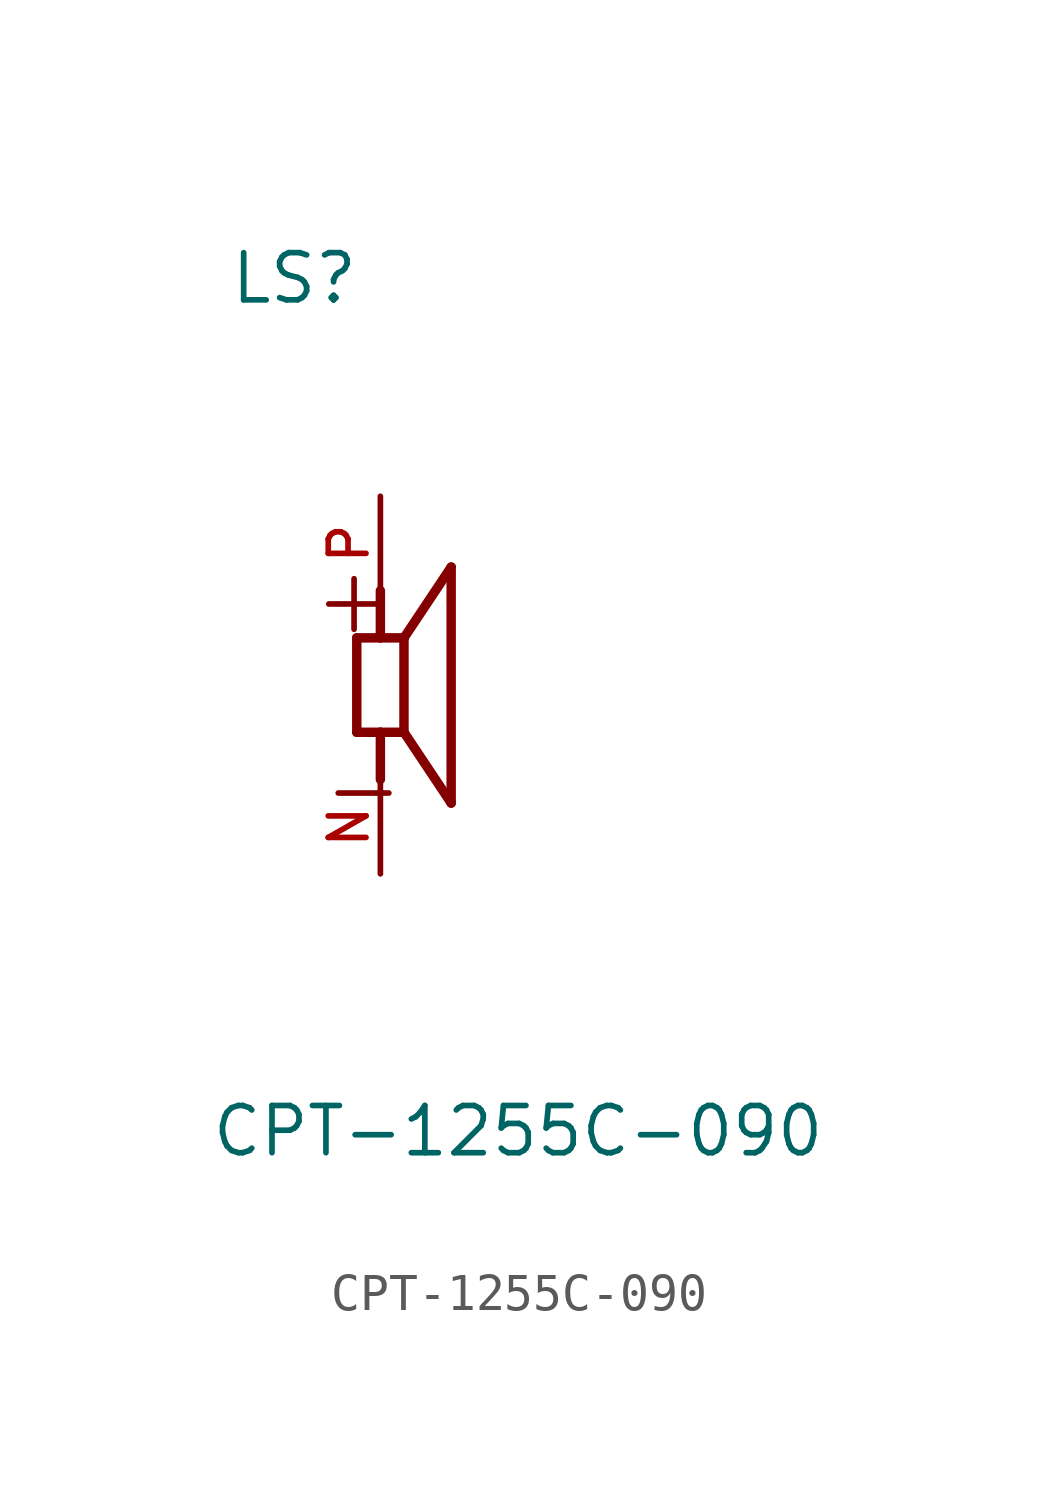
<source format=kicad_sym>
(kicad_symbol_lib
  (version 20211014)
  (generator kicad_symbol_editor)
  (symbol "CPT-1255C-090"
    (pin_names
      (offset 1.016))
    (property "Reference" "LS"
      (at -4.081 10.202 0)
      (effects (font (size 1.27 1.27)) (justify bottom left)))
    (property "Value" "CPT-1255C-090"
      (at -4.589 -12.746 0)
      (effects (font (size 1.27 1.27)) (justify bottom left)))
    (symbol "CPT-1255C-090_0_0"
      (polyline (pts (xy -0.635 1.27) (xy 0.0 1.27)) (stroke (width 0.254)))
      (polyline (pts (xy 0.0 1.27) (xy 0.635 1.27)) (stroke (width 0.254)))
      (polyline (pts (xy 0.635 1.27) (xy 0.635 -1.27)) (stroke (width 0.254)))
      (polyline (pts (xy 0.635 -1.27) (xy 0.0 -1.27)) (stroke (width 0.254)))
      (polyline (pts (xy 0.0 -1.27) (xy -0.635 -1.27)) (stroke (width 0.254)))
      (polyline (pts (xy -0.635 -1.27) (xy -0.635 1.27)) (stroke (width 0.254)))
      (polyline (pts (xy 0.635 1.27) (xy 1.905 3.175)) (stroke (width 0.254)))
      (polyline (pts (xy 1.905 3.175) (xy 1.905 -3.175)) (stroke (width 0.254)))
      (polyline (pts (xy 1.905 -3.175) (xy 0.635 -1.27)) (stroke (width 0.254)))
      (polyline (pts (xy 0.0 1.27) (xy 0.0 2.54)) (stroke (width 0.254)))
      (polyline (pts (xy 0.0 -1.27) (xy 0.0 -2.54)) (stroke (width 0.254)))
      (text "+" (at -1.913 1.275 0) (effects (font (size 1.785 1.785)) (justify bottom left)))
      (text "-" (at -1.659 -3.812 0) (effects (font (size 1.786 1.786)) (justify bottom left)))
      (pin passive line (at 0.0 5.08 270.0) (length 2.54) (name "~" (effects (font (size 1.016 1.016)))) (number "P" (effects (font (size 1.016 1.016)))))
      (pin passive line (at 0.0 -5.08 90.0) (length 2.54) (name "~" (effects (font (size 1.016 1.016)))) (number "N" (effects (font (size 1.016 1.016))))))))
</source>
